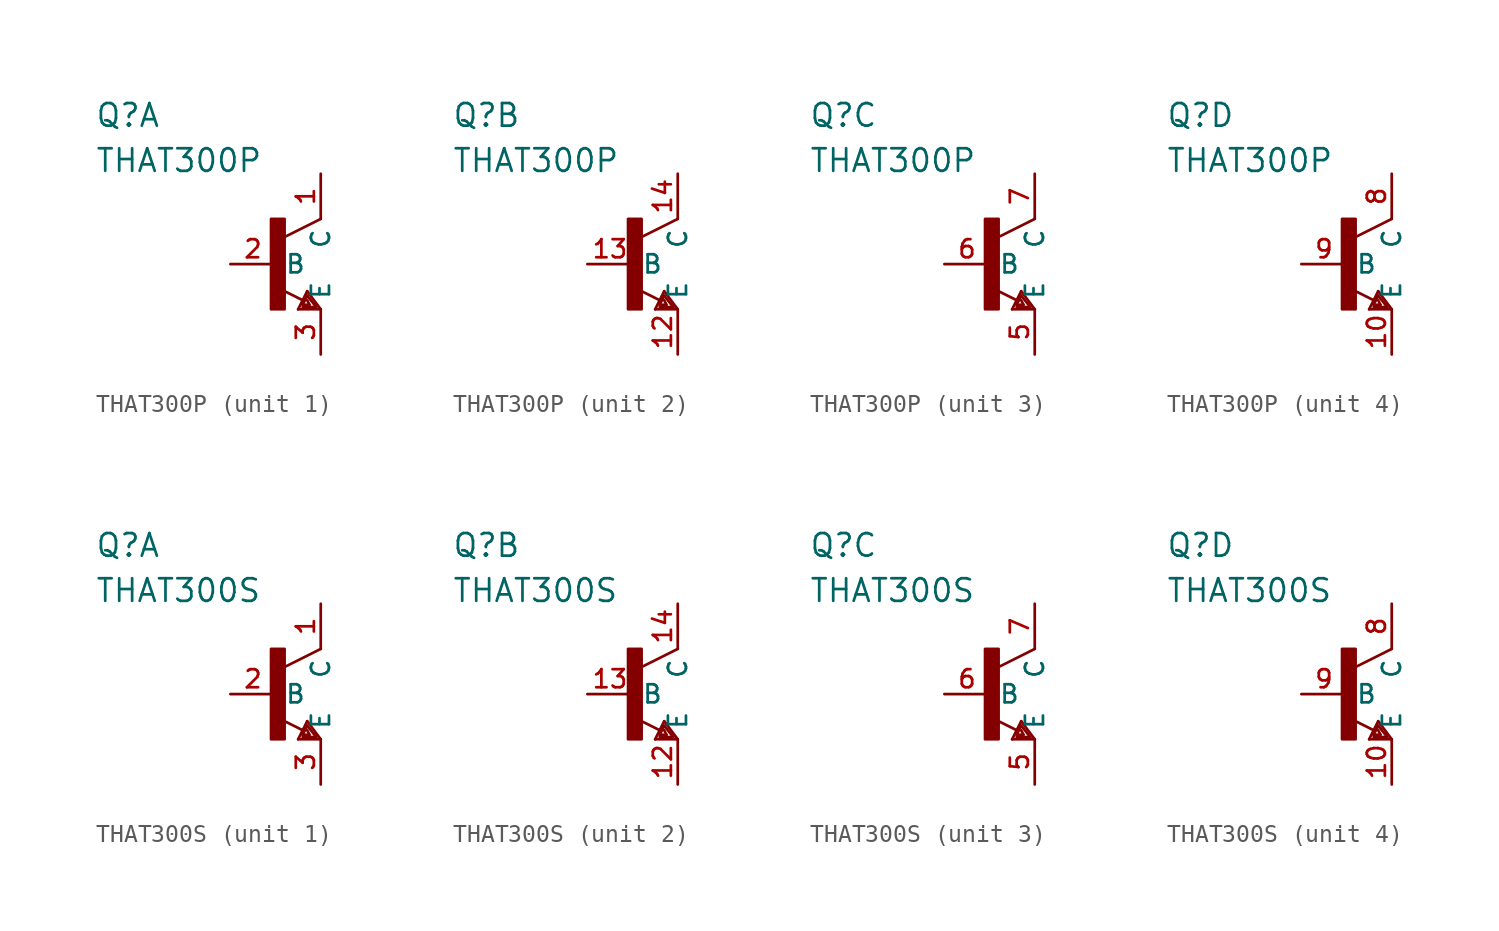
<source format=kicad_sym>
(kicad_symbol_lib
  (version 20200126)
  (host kicad_symbol_editor "5.99.0-unknown-1463dd1~101~ubuntu18.04.1")
  (symbol "that-corp-edit:THAT300P"
    (property "Reference" "Q"
      (at -10.16 7.62 0)
      (effects (font (size 1.27 1.27)) (justify left bottom)))
    (property "Value" "THAT300P"
      (at -10.16 5.08 0)
      (effects (font (size 1.27 1.27)) (justify left bottom)))
    (property "ki_locked" ""
      (at 0 0 0)
      (effects (font (size 1.27 1.27))))
    (symbol "THAT300P_1_1"
      (rectangle (start -0.254 -2.54) (end 0.508 2.54) (stroke (width 0)) (fill (type outline)))
      (pin passive line (at -2.54 0 0) (length 2.54) (name "B" (effects (font (size 1.016 1.016)))) (number "2" (effects (font (size 1.016 1.016)))))
      (pin passive line (at 2.54 5.08 270) (length 2.54) (name "C" (effects (font (size 1.016 1.016)))) (number "1" (effects (font (size 1.016 1.016)))))
      (pin passive line (at 2.54 -5.08 90) (length 2.54) (name "E" (effects (font (size 1.016 1.016)))) (number "3" (effects (font (size 1.016 1.016))))))
    (symbol "THAT300P_2_1"
      (rectangle (start -0.254 -2.54) (end 0.508 2.54) (stroke (width 0)) (fill (type outline)))
      (pin passive line (at -2.54 0 0) (length 2.54) (name "B" (effects (font (size 1.016 1.016)))) (number "13" (effects (font (size 1.016 1.016)))))
      (pin passive line (at 2.54 5.08 270) (length 2.54) (name "C" (effects (font (size 1.016 1.016)))) (number "14" (effects (font (size 1.016 1.016)))))
      (pin passive line (at 2.54 -5.08 90) (length 2.54) (name "E" (effects (font (size 1.016 1.016)))) (number "12" (effects (font (size 1.016 1.016))))))
    (symbol "THAT300P_3_1"
      (rectangle (start -0.254 -2.54) (end 0.508 2.54) (stroke (width 0)) (fill (type outline)))
      (pin passive line (at -2.54 0 0) (length 2.54) (name "B" (effects (font (size 1.016 1.016)))) (number "6" (effects (font (size 1.016 1.016)))))
      (pin passive line (at 2.54 5.08 270) (length 2.54) (name "C" (effects (font (size 1.016 1.016)))) (number "7" (effects (font (size 1.016 1.016)))))
      (pin passive line (at 2.54 -5.08 90) (length 2.54) (name "E" (effects (font (size 1.016 1.016)))) (number "5" (effects (font (size 1.016 1.016))))))
    (symbol "THAT300P_4_1"
      (rectangle (start -0.254 -2.54) (end 0.508 2.54) (stroke (width 0)) (fill (type outline)))
      (pin passive line (at -2.54 0 0) (length 2.54) (name "B" (effects (font (size 1.016 1.016)))) (number "9" (effects (font (size 1.016 1.016)))))
      (pin passive line (at 2.54 5.08 270) (length 2.54) (name "C" (effects (font (size 1.016 1.016)))) (number "8" (effects (font (size 1.016 1.016)))))
      (pin passive line (at 2.54 -5.08 90) (length 2.54) (name "E" (effects (font (size 1.016 1.016)))) (number "10" (effects (font (size 1.016 1.016))))))
    (symbol "THAT300P_1_0"
      (polyline (pts (xy 2.54 2.54) (xy 0.508 1.524)) (stroke (width 0)) (fill (type none)))
      (polyline (pts (xy 1.778 -1.524) (xy 2.54 -2.54)) (stroke (width 0)) (fill (type none)))
      (polyline (pts (xy 2.54 -2.54) (xy 1.27 -2.54)) (stroke (width 0)) (fill (type none)))
      (polyline (pts (xy 1.27 -2.54) (xy 1.778 -1.524)) (stroke (width 0)) (fill (type none)))
      (polyline (pts (xy 1.524 -2.032) (xy 0.305 -1.422)) (stroke (width 0)) (fill (type none)))
      (polyline (pts (xy 1.524 -2.413) (xy 2.286 -2.413)) (stroke (width 0)) (fill (type none)))
      (polyline (pts (xy 2.286 -2.413) (xy 1.778 -1.778)) (stroke (width 0)) (fill (type none)))
      (polyline (pts (xy 1.778 -1.778) (xy 1.524 -2.286)) (stroke (width 0)) (fill (type none)))
      (polyline (pts (xy 1.524 -2.286) (xy 1.905 -2.286)) (stroke (width 0)) (fill (type none)))
      (polyline (pts (xy 1.905 -2.286) (xy 1.778 -2.032)) (stroke (width 0)) (fill (type none))))
    (symbol "THAT300P_2_0"
      (polyline (pts (xy 2.54 2.54) (xy 0.508 1.524)) (stroke (width 0)) (fill (type none)))
      (polyline (pts (xy 1.778 -1.524) (xy 2.54 -2.54)) (stroke (width 0)) (fill (type none)))
      (polyline (pts (xy 2.54 -2.54) (xy 1.27 -2.54)) (stroke (width 0)) (fill (type none)))
      (polyline (pts (xy 1.27 -2.54) (xy 1.778 -1.524)) (stroke (width 0)) (fill (type none)))
      (polyline (pts (xy 1.524 -2.032) (xy 0.305 -1.422)) (stroke (width 0)) (fill (type none)))
      (polyline (pts (xy 1.524 -2.413) (xy 2.286 -2.413)) (stroke (width 0)) (fill (type none)))
      (polyline (pts (xy 2.286 -2.413) (xy 1.778 -1.778)) (stroke (width 0)) (fill (type none)))
      (polyline (pts (xy 1.778 -1.778) (xy 1.524 -2.286)) (stroke (width 0)) (fill (type none)))
      (polyline (pts (xy 1.524 -2.286) (xy 1.905 -2.286)) (stroke (width 0)) (fill (type none)))
      (polyline (pts (xy 1.905 -2.286) (xy 1.778 -2.032)) (stroke (width 0)) (fill (type none))))
    (symbol "THAT300P_3_0"
      (polyline (pts (xy 2.54 2.54) (xy 0.508 1.524)) (stroke (width 0)) (fill (type none)))
      (polyline (pts (xy 1.778 -1.524) (xy 2.54 -2.54)) (stroke (width 0)) (fill (type none)))
      (polyline (pts (xy 2.54 -2.54) (xy 1.27 -2.54)) (stroke (width 0)) (fill (type none)))
      (polyline (pts (xy 1.27 -2.54) (xy 1.778 -1.524)) (stroke (width 0)) (fill (type none)))
      (polyline (pts (xy 1.524 -2.032) (xy 0.305 -1.422)) (stroke (width 0)) (fill (type none)))
      (polyline (pts (xy 1.524 -2.413) (xy 2.286 -2.413)) (stroke (width 0)) (fill (type none)))
      (polyline (pts (xy 2.286 -2.413) (xy 1.778 -1.778)) (stroke (width 0)) (fill (type none)))
      (polyline (pts (xy 1.778 -1.778) (xy 1.524 -2.286)) (stroke (width 0)) (fill (type none)))
      (polyline (pts (xy 1.524 -2.286) (xy 1.905 -2.286)) (stroke (width 0)) (fill (type none)))
      (polyline (pts (xy 1.905 -2.286) (xy 1.778 -2.032)) (stroke (width 0)) (fill (type none))))
    (symbol "THAT300P_4_0"
      (polyline (pts (xy 2.54 2.54) (xy 0.508 1.524)) (stroke (width 0)) (fill (type none)))
      (polyline (pts (xy 1.778 -1.524) (xy 2.54 -2.54)) (stroke (width 0)) (fill (type none)))
      (polyline (pts (xy 2.54 -2.54) (xy 1.27 -2.54)) (stroke (width 0)) (fill (type none)))
      (polyline (pts (xy 1.27 -2.54) (xy 1.778 -1.524)) (stroke (width 0)) (fill (type none)))
      (polyline (pts (xy 1.524 -2.032) (xy 0.305 -1.422)) (stroke (width 0)) (fill (type none)))
      (polyline (pts (xy 1.524 -2.413) (xy 2.286 -2.413)) (stroke (width 0)) (fill (type none)))
      (polyline (pts (xy 2.286 -2.413) (xy 1.778 -1.778)) (stroke (width 0)) (fill (type none)))
      (polyline (pts (xy 1.778 -1.778) (xy 1.524 -2.286)) (stroke (width 0)) (fill (type none)))
      (polyline (pts (xy 1.524 -2.286) (xy 1.905 -2.286)) (stroke (width 0)) (fill (type none)))
      (polyline (pts (xy 1.905 -2.286) (xy 1.778 -2.032)) (stroke (width 0)) (fill (type none)))))
  (symbol "that-corp-edit:THAT300S"
    (property "Reference" "Q"
      (at -10.16 7.62 0)
      (effects (font (size 1.27 1.27)) (justify left bottom)))
    (property "Value" "THAT300S"
      (at -10.16 5.08 0)
      (effects (font (size 1.27 1.27)) (justify left bottom)))
    (property "ki_locked" ""
      (at 0 0 0)
      (effects (font (size 1.27 1.27))))
    (symbol "THAT300S_1_1"
      (rectangle (start -0.254 -2.54) (end 0.508 2.54) (stroke (width 0)) (fill (type outline)))
      (pin passive line (at -2.54 0 0) (length 2.54) (name "B" (effects (font (size 1.016 1.016)))) (number "2" (effects (font (size 1.016 1.016)))))
      (pin passive line (at 2.54 5.08 270) (length 2.54) (name "C" (effects (font (size 1.016 1.016)))) (number "1" (effects (font (size 1.016 1.016)))))
      (pin passive line (at 2.54 -5.08 90) (length 2.54) (name "E" (effects (font (size 1.016 1.016)))) (number "3" (effects (font (size 1.016 1.016))))))
    (symbol "THAT300S_2_1"
      (rectangle (start -0.254 -2.54) (end 0.508 2.54) (stroke (width 0)) (fill (type outline)))
      (pin passive line (at -2.54 0 0) (length 2.54) (name "B" (effects (font (size 1.016 1.016)))) (number "13" (effects (font (size 1.016 1.016)))))
      (pin passive line (at 2.54 5.08 270) (length 2.54) (name "C" (effects (font (size 1.016 1.016)))) (number "14" (effects (font (size 1.016 1.016)))))
      (pin passive line (at 2.54 -5.08 90) (length 2.54) (name "E" (effects (font (size 1.016 1.016)))) (number "12" (effects (font (size 1.016 1.016))))))
    (symbol "THAT300S_3_1"
      (rectangle (start -0.254 -2.54) (end 0.508 2.54) (stroke (width 0)) (fill (type outline)))
      (pin passive line (at -2.54 0 0) (length 2.54) (name "B" (effects (font (size 1.016 1.016)))) (number "6" (effects (font (size 1.016 1.016)))))
      (pin passive line (at 2.54 5.08 270) (length 2.54) (name "C" (effects (font (size 1.016 1.016)))) (number "7" (effects (font (size 1.016 1.016)))))
      (pin passive line (at 2.54 -5.08 90) (length 2.54) (name "E" (effects (font (size 1.016 1.016)))) (number "5" (effects (font (size 1.016 1.016))))))
    (symbol "THAT300S_4_1"
      (rectangle (start -0.254 -2.54) (end 0.508 2.54) (stroke (width 0)) (fill (type outline)))
      (pin passive line (at -2.54 0 0) (length 2.54) (name "B" (effects (font (size 1.016 1.016)))) (number "9" (effects (font (size 1.016 1.016)))))
      (pin passive line (at 2.54 5.08 270) (length 2.54) (name "C" (effects (font (size 1.016 1.016)))) (number "8" (effects (font (size 1.016 1.016)))))
      (pin passive line (at 2.54 -5.08 90) (length 2.54) (name "E" (effects (font (size 1.016 1.016)))) (number "10" (effects (font (size 1.016 1.016))))))
    (symbol "THAT300S_1_0"
      (polyline (pts (xy 2.54 2.54) (xy 0.508 1.524)) (stroke (width 0)) (fill (type none)))
      (polyline (pts (xy 1.778 -1.524) (xy 2.54 -2.54)) (stroke (width 0)) (fill (type none)))
      (polyline (pts (xy 2.54 -2.54) (xy 1.27 -2.54)) (stroke (width 0)) (fill (type none)))
      (polyline (pts (xy 1.27 -2.54) (xy 1.778 -1.524)) (stroke (width 0)) (fill (type none)))
      (polyline (pts (xy 1.524 -2.032) (xy 0.305 -1.422)) (stroke (width 0)) (fill (type none)))
      (polyline (pts (xy 1.524 -2.413) (xy 2.286 -2.413)) (stroke (width 0)) (fill (type none)))
      (polyline (pts (xy 2.286 -2.413) (xy 1.778 -1.778)) (stroke (width 0)) (fill (type none)))
      (polyline (pts (xy 1.778 -1.778) (xy 1.524 -2.286)) (stroke (width 0)) (fill (type none)))
      (polyline (pts (xy 1.524 -2.286) (xy 1.905 -2.286)) (stroke (width 0)) (fill (type none)))
      (polyline (pts (xy 1.905 -2.286) (xy 1.778 -2.032)) (stroke (width 0)) (fill (type none))))
    (symbol "THAT300S_2_0"
      (polyline (pts (xy 2.54 2.54) (xy 0.508 1.524)) (stroke (width 0)) (fill (type none)))
      (polyline (pts (xy 1.778 -1.524) (xy 2.54 -2.54)) (stroke (width 0)) (fill (type none)))
      (polyline (pts (xy 2.54 -2.54) (xy 1.27 -2.54)) (stroke (width 0)) (fill (type none)))
      (polyline (pts (xy 1.27 -2.54) (xy 1.778 -1.524)) (stroke (width 0)) (fill (type none)))
      (polyline (pts (xy 1.524 -2.032) (xy 0.305 -1.422)) (stroke (width 0)) (fill (type none)))
      (polyline (pts (xy 1.524 -2.413) (xy 2.286 -2.413)) (stroke (width 0)) (fill (type none)))
      (polyline (pts (xy 2.286 -2.413) (xy 1.778 -1.778)) (stroke (width 0)) (fill (type none)))
      (polyline (pts (xy 1.778 -1.778) (xy 1.524 -2.286)) (stroke (width 0)) (fill (type none)))
      (polyline (pts (xy 1.524 -2.286) (xy 1.905 -2.286)) (stroke (width 0)) (fill (type none)))
      (polyline (pts (xy 1.905 -2.286) (xy 1.778 -2.032)) (stroke (width 0)) (fill (type none))))
    (symbol "THAT300S_3_0"
      (polyline (pts (xy 2.54 2.54) (xy 0.508 1.524)) (stroke (width 0)) (fill (type none)))
      (polyline (pts (xy 1.778 -1.524) (xy 2.54 -2.54)) (stroke (width 0)) (fill (type none)))
      (polyline (pts (xy 2.54 -2.54) (xy 1.27 -2.54)) (stroke (width 0)) (fill (type none)))
      (polyline (pts (xy 1.27 -2.54) (xy 1.778 -1.524)) (stroke (width 0)) (fill (type none)))
      (polyline (pts (xy 1.524 -2.032) (xy 0.305 -1.422)) (stroke (width 0)) (fill (type none)))
      (polyline (pts (xy 1.524 -2.413) (xy 2.286 -2.413)) (stroke (width 0)) (fill (type none)))
      (polyline (pts (xy 2.286 -2.413) (xy 1.778 -1.778)) (stroke (width 0)) (fill (type none)))
      (polyline (pts (xy 1.778 -1.778) (xy 1.524 -2.286)) (stroke (width 0)) (fill (type none)))
      (polyline (pts (xy 1.524 -2.286) (xy 1.905 -2.286)) (stroke (width 0)) (fill (type none)))
      (polyline (pts (xy 1.905 -2.286) (xy 1.778 -2.032)) (stroke (width 0)) (fill (type none))))
    (symbol "THAT300S_4_0"
      (polyline (pts (xy 2.54 2.54) (xy 0.508 1.524)) (stroke (width 0)) (fill (type none)))
      (polyline (pts (xy 1.778 -1.524) (xy 2.54 -2.54)) (stroke (width 0)) (fill (type none)))
      (polyline (pts (xy 2.54 -2.54) (xy 1.27 -2.54)) (stroke (width 0)) (fill (type none)))
      (polyline (pts (xy 1.27 -2.54) (xy 1.778 -1.524)) (stroke (width 0)) (fill (type none)))
      (polyline (pts (xy 1.524 -2.032) (xy 0.305 -1.422)) (stroke (width 0)) (fill (type none)))
      (polyline (pts (xy 1.524 -2.413) (xy 2.286 -2.413)) (stroke (width 0)) (fill (type none)))
      (polyline (pts (xy 2.286 -2.413) (xy 1.778 -1.778)) (stroke (width 0)) (fill (type none)))
      (polyline (pts (xy 1.778 -1.778) (xy 1.524 -2.286)) (stroke (width 0)) (fill (type none)))
      (polyline (pts (xy 1.524 -2.286) (xy 1.905 -2.286)) (stroke (width 0)) (fill (type none)))
      (polyline (pts (xy 1.905 -2.286) (xy 1.778 -2.032)) (stroke (width 0)) (fill (type none))))))
</source>
